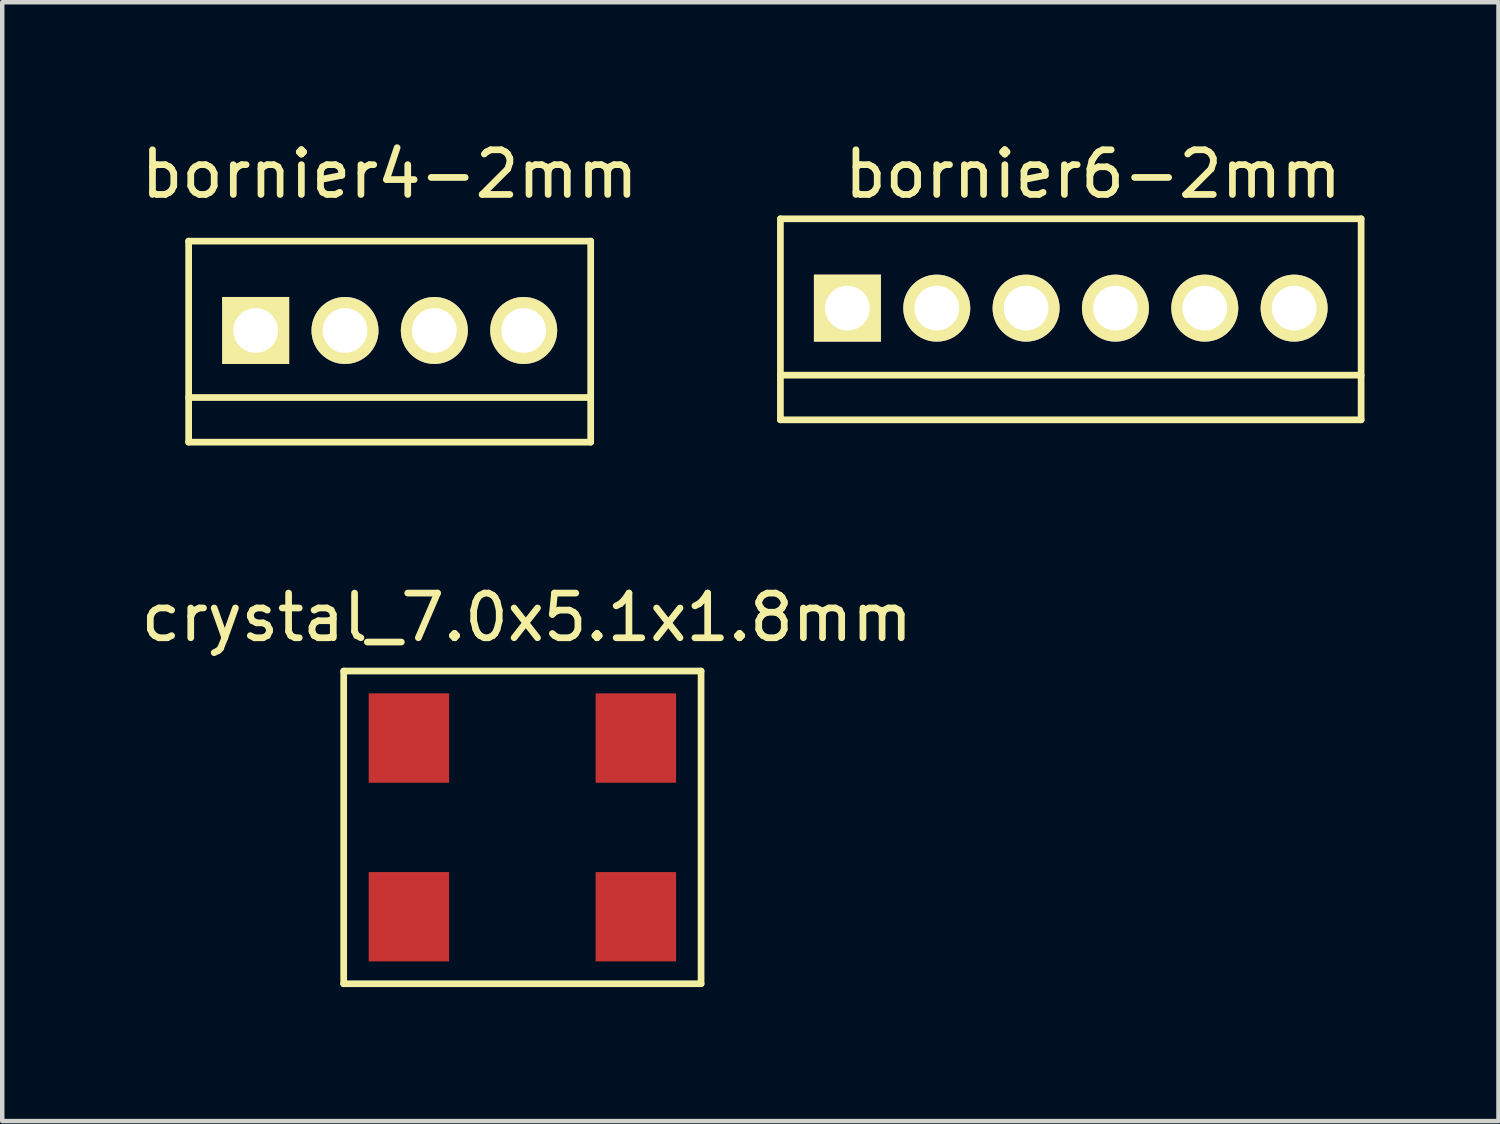
<source format=kicad_pcb>
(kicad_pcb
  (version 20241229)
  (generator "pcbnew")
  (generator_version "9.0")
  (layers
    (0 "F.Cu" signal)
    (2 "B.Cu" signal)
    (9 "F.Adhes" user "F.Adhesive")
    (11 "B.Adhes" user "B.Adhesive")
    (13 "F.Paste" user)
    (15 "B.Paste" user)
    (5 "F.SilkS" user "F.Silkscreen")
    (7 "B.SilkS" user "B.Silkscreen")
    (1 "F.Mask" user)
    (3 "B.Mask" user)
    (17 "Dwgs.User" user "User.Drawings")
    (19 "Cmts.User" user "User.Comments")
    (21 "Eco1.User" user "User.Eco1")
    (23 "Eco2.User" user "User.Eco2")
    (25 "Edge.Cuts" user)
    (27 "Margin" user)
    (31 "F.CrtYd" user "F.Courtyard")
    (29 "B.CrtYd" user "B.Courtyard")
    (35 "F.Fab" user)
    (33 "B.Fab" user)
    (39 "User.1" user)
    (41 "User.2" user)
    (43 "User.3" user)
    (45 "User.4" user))
  (footprint "bornier4-2mm"
    (layer "F.Cu")
    (at 5.673 4.348)
    (property "Reference" "bornier4-2mm" (at 0 -3.5 0) (layer "F.SilkS") (effects (font (size 1 1) (thickness 0.15))))
    (attr through_hole)
    (fp_line (start -4.5 -2) (end 4.5 -2) (stroke (width 0.15) (type solid)) (layer "F.SilkS"))
    (fp_line (start -4.5 1.5) (end 4.5 1.5) (stroke (width 0.15) (type solid)) (layer "F.SilkS"))
    (fp_line (start -4.5 2.5) (end -4.5 -2) (stroke (width 0.15) (type solid)) (layer "F.SilkS"))
    (fp_line (start 4.5 -2) (end 4.5 2.5) (stroke (width 0.15) (type solid)) (layer "F.SilkS"))
    (fp_line (start 4.5 2.5) (end -4.5 2.5) (stroke (width 0.15) (type solid)) (layer "F.SilkS"))
    (pad "1" thru_hole rect (at -3 0) (size 1.5 1.5) (drill 1) (layers "*.Cu" "*.Mask" "F.SilkS"))
    (pad "2" thru_hole circle (at -1 0) (size 1.5 1.5) (drill 1) (layers "*.Cu" "*.Mask" "F.SilkS"))
    (pad "3" thru_hole circle (at 1 0) (size 1.5 1.5) (drill 1) (layers "*.Cu" "*.Mask" "F.SilkS"))
    (pad "4" thru_hole circle (at 3 0) (size 1.5 1.5) (drill 1) (layers "*.Cu" "*.Mask" "F.SilkS")))
  (footprint "crystal_7.0x5.1x1.8mm"
    (layer "F.Cu")
    (at 8.644 15.472)
    (property "Reference" "crystal_7.0x5.1x1.8mm" (at 0.1 -4.7 0) (layer "F.SilkS") (effects (font (size 1 1) (thickness 0.15))))
    (attr through_hole)
    (fp_line (start -4 -3.5) (end 4 -3.5) (stroke (width 0.15) (type solid)) (layer "F.SilkS"))
    (fp_line (start -4 3.5) (end -4 -3.5) (stroke (width 0.15) (type solid)) (layer "F.SilkS"))
    (fp_line (start 4 -3.5) (end 4 3.5) (stroke (width 0.15) (type solid)) (layer "F.SilkS"))
    (fp_line (start 4 3.5) (end -4 3.5) (stroke (width 0.15) (type solid)) (layer "F.SilkS"))
    (pad "1" smd rect (at -2.54 2) (size 1.8 2) (layers "F.Cu" "F.Mask" "F.Paste"))
    (pad "2" smd rect (at 2.54 2) (size 1.8 2) (layers "F.Cu" "F.Mask" "F.Paste"))
    (pad "3" smd rect (at 2.54 -2) (size 1.8 2) (layers "F.Cu" "F.Mask" "F.Paste"))
    (pad "4" smd rect (at -2.54 -2) (size 1.8 2) (layers "F.Cu" "F.Mask" "F.Paste")))
  (footprint "bornier6-2mm"
    (layer "F.Cu")
    (at 20.92 3.848)
    (property "Reference" "bornier6-2mm" (at 0.5 -3 0) (layer "F.SilkS") (effects (font (size 1 1) (thickness 0.15))))
    (attr through_hole)
    (fp_line (start -6.5 -2) (end 6.5 -2) (stroke (width 0.15) (type solid)) (layer "F.SilkS"))
    (fp_line (start -6.5 1.5) (end 6.5 1.5) (stroke (width 0.15) (type solid)) (layer "F.SilkS"))
    (fp_line (start -6.5 2.5) (end -6.5 -2) (stroke (width 0.15) (type solid)) (layer "F.SilkS"))
    (fp_line (start 6.5 -2) (end 6.5 2.5) (stroke (width 0.15) (type solid)) (layer "F.SilkS"))
    (fp_line (start 6.5 2.5) (end -6.5 2.5) (stroke (width 0.15) (type solid)) (layer "F.SilkS"))
    (pad "1" thru_hole rect (at -5 0) (size 1.5 1.5) (drill 1) (layers "*.Cu" "*.Mask" "F.SilkS"))
    (pad "2" thru_hole circle (at -3 0) (size 1.5 1.5) (drill 1) (layers "*.Cu" "*.Mask" "F.SilkS"))
    (pad "3" thru_hole circle (at -1 0) (size 1.5 1.5) (drill 1) (layers "*.Cu" "*.Mask" "F.SilkS"))
    (pad "4" thru_hole circle (at 1 0) (size 1.5 1.5) (drill 1) (layers "*.Cu" "*.Mask" "F.SilkS"))
    (pad "5" thru_hole circle (at 3 0) (size 1.5 1.5) (drill 1) (layers "*.Cu" "*.Mask" "F.SilkS"))
    (pad "6" thru_hole circle (at 5 0) (size 1.5 1.5) (drill 1) (layers "*.Cu" "*.Mask" "F.SilkS")))
  (gr_rect
    (start -3 -3)
    (end 30.495 22.047)
    (stroke (width 0.1) (type default))
    (fill no)
    (layer "Edge.Cuts")))
</source>
